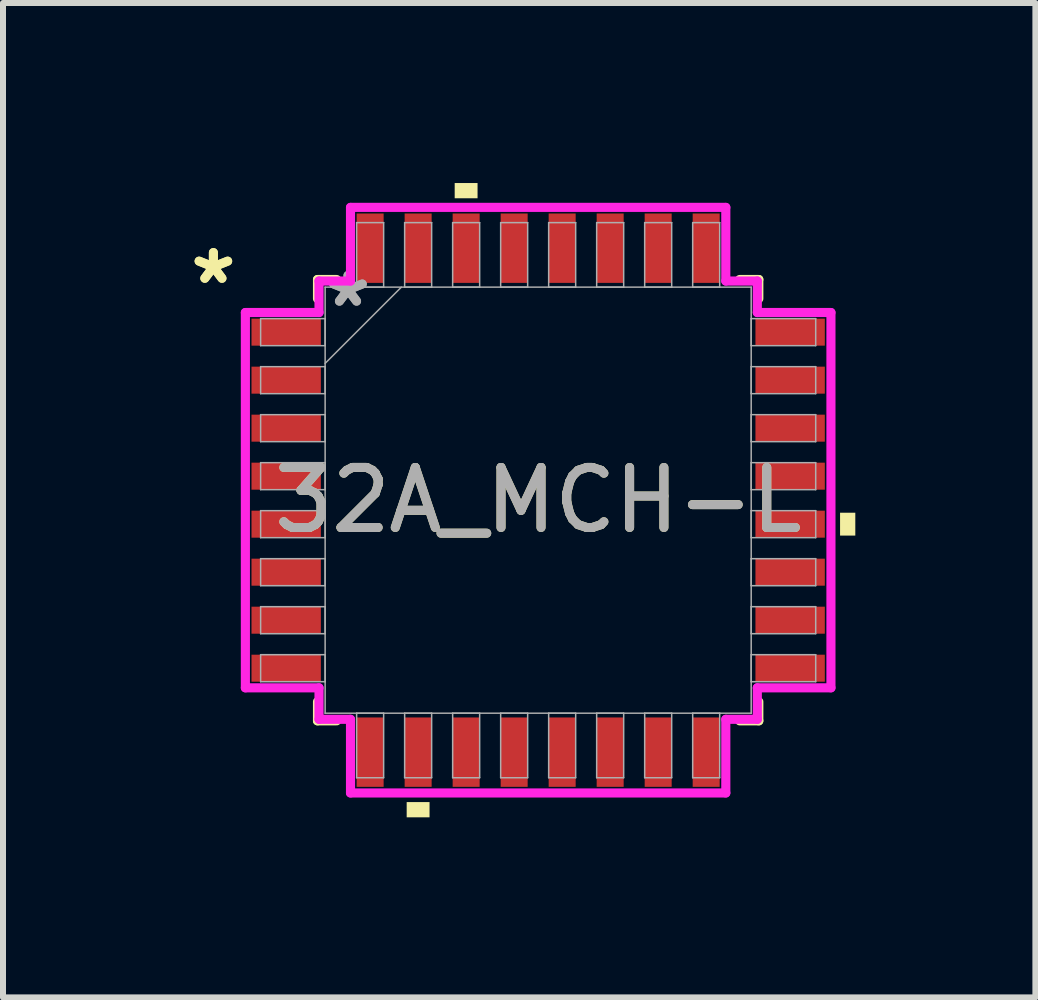
<source format=kicad_pcb>
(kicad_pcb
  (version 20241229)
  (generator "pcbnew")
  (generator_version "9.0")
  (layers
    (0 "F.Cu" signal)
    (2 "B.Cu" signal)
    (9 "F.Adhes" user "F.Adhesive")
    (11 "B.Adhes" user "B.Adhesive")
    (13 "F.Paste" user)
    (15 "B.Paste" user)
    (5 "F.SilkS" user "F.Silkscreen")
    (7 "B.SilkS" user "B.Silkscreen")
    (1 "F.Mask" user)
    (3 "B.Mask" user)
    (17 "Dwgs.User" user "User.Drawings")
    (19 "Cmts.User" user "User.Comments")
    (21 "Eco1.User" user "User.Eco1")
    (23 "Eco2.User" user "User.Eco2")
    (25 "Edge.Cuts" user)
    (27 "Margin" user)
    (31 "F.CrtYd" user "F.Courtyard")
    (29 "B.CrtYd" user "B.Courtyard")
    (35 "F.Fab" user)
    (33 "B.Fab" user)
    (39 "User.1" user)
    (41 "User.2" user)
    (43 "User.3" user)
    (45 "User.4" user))
  (footprint "32A_MCH-L"
    (layer "F.Cu")
    (at 5.918 5.285)
    (property "Reference" "32A_MCH-L" (at 0 0 0) (unlocked yes) (layer "F.SilkS") (effects (font (size 1 1) (thickness 0.15))))
    (attr smd)
    (fp_line (start -3.677 -3.677) (end -3.677 -3.358) (stroke (width 0.152) (type solid)) (layer "F.SilkS"))
    (fp_line (start -3.677 3.358) (end -3.677 3.677) (stroke (width 0.152) (type solid)) (layer "F.SilkS"))
    (fp_line (start -3.677 3.677) (end -3.358 3.677) (stroke (width 0.152) (type solid)) (layer "F.SilkS"))
    (fp_line (start -3.358 -3.677) (end -3.677 -3.677) (stroke (width 0.152) (type solid)) (layer "F.SilkS"))
    (fp_line (start 3.358 3.677) (end 3.677 3.677) (stroke (width 0.152) (type solid)) (layer "F.SilkS"))
    (fp_line (start 3.677 -3.677) (end 3.358 -3.677) (stroke (width 0.152) (type solid)) (layer "F.SilkS"))
    (fp_line (start 3.677 -3.358) (end 3.677 -3.677) (stroke (width 0.152) (type solid)) (layer "F.SilkS"))
    (fp_line (start 3.677 3.677) (end 3.677 3.358) (stroke (width 0.152) (type solid)) (layer "F.SilkS"))
    (fp_poly (pts (xy -2.191 5.031) (xy -2.191 5.285) (xy -1.81 5.285) (xy -1.81 5.031)) (stroke (width 0) (type solid)) (fill yes) (layer "F.SilkS"))
    (fp_poly (pts (xy -1.391 -5.031) (xy -1.391 -5.285) (xy -1.01 -5.285) (xy -1.01 -5.031)) (stroke (width 0) (type solid)) (fill yes) (layer "F.SilkS"))
    (fp_poly (pts (xy 5.285 0.209) (xy 5.285 0.59) (xy 5.031 0.59) (xy 5.031 0.209)) (stroke (width 0) (type solid)) (fill yes) (layer "F.SilkS"))
    (fp_line (start -4.879 -3.127) (end -3.652 -3.127) (stroke (width 0.152) (type solid)) (layer "F.CrtYd"))
    (fp_line (start -4.879 3.127) (end -4.879 -3.127) (stroke (width 0.152) (type solid)) (layer "F.CrtYd"))
    (fp_line (start -3.652 -3.652) (end -3.127 -3.652) (stroke (width 0.152) (type solid)) (layer "F.CrtYd"))
    (fp_line (start -3.652 -3.127) (end -3.652 -3.652) (stroke (width 0.152) (type solid)) (layer "F.CrtYd"))
    (fp_line (start -3.652 3.127) (end -4.879 3.127) (stroke (width 0.152) (type solid)) (layer "F.CrtYd"))
    (fp_line (start -3.652 3.652) (end -3.652 3.127) (stroke (width 0.152) (type solid)) (layer "F.CrtYd"))
    (fp_line (start -3.652 3.652) (end -3.127 3.652) (stroke (width 0.152) (type solid)) (layer "F.CrtYd"))
    (fp_line (start -3.127 -4.879) (end 3.127 -4.879) (stroke (width 0.152) (type solid)) (layer "F.CrtYd"))
    (fp_line (start -3.127 -3.652) (end -3.127 -4.879) (stroke (width 0.152) (type solid)) (layer "F.CrtYd"))
    (fp_line (start -3.127 3.652) (end -3.127 4.879) (stroke (width 0.152) (type solid)) (layer "F.CrtYd"))
    (fp_line (start -3.127 4.879) (end 3.127 4.879) (stroke (width 0.152) (type solid)) (layer "F.CrtYd"))
    (fp_line (start 3.127 -4.879) (end 3.127 -3.652) (stroke (width 0.152) (type solid)) (layer "F.CrtYd"))
    (fp_line (start 3.127 -3.652) (end 3.652 -3.652) (stroke (width 0.152) (type solid)) (layer "F.CrtYd"))
    (fp_line (start 3.127 3.652) (end 3.652 3.652) (stroke (width 0.152) (type solid)) (layer "F.CrtYd"))
    (fp_line (start 3.127 4.879) (end 3.127 3.652) (stroke (width 0.152) (type solid)) (layer "F.CrtYd"))
    (fp_line (start 3.652 -3.127) (end 3.652 -3.652) (stroke (width 0.152) (type solid)) (layer "F.CrtYd"))
    (fp_line (start 3.652 3.127) (end 4.879 3.127) (stroke (width 0.152) (type solid)) (layer "F.CrtYd"))
    (fp_line (start 3.652 3.652) (end 3.652 3.127) (stroke (width 0.152) (type solid)) (layer "F.CrtYd"))
    (fp_line (start 4.879 -3.127) (end 3.652 -3.127) (stroke (width 0.152) (type solid)) (layer "F.CrtYd"))
    (fp_line (start 4.879 3.127) (end 4.879 -3.127) (stroke (width 0.152) (type solid)) (layer "F.CrtYd"))
    (fp_line (start -4.625 -3.025) (end -4.625 -2.575) (stroke (width 0.025) (type solid)) (layer "F.Fab"))
    (fp_line (start -4.625 -2.575) (end -3.55 -2.575) (stroke (width 0.025) (type solid)) (layer "F.Fab"))
    (fp_line (start -4.625 -2.225) (end -4.625 -1.775) (stroke (width 0.025) (type solid)) (layer "F.Fab"))
    (fp_line (start -4.625 -1.775) (end -3.55 -1.775) (stroke (width 0.025) (type solid)) (layer "F.Fab"))
    (fp_line (start -4.625 -1.425) (end -4.625 -0.975) (stroke (width 0.025) (type solid)) (layer "F.Fab"))
    (fp_line (start -4.625 -0.975) (end -3.55 -0.975) (stroke (width 0.025) (type solid)) (layer "F.Fab"))
    (fp_line (start -4.625 -0.625) (end -4.625 -0.175) (stroke (width 0.025) (type solid)) (layer "F.Fab"))
    (fp_line (start -4.625 -0.175) (end -3.55 -0.175) (stroke (width 0.025) (type solid)) (layer "F.Fab"))
    (fp_line (start -4.625 0.175) (end -4.625 0.625) (stroke (width 0.025) (type solid)) (layer "F.Fab"))
    (fp_line (start -4.625 0.625) (end -3.55 0.625) (stroke (width 0.025) (type solid)) (layer "F.Fab"))
    (fp_line (start -4.625 0.975) (end -4.625 1.425) (stroke (width 0.025) (type solid)) (layer "F.Fab"))
    (fp_line (start -4.625 1.425) (end -3.55 1.425) (stroke (width 0.025) (type solid)) (layer "F.Fab"))
    (fp_line (start -4.625 1.775) (end -4.625 2.225) (stroke (width 0.025) (type solid)) (layer "F.Fab"))
    (fp_line (start -4.625 2.225) (end -3.55 2.225) (stroke (width 0.025) (type solid)) (layer "F.Fab"))
    (fp_line (start -4.625 2.575) (end -4.625 3.025) (stroke (width 0.025) (type solid)) (layer "F.Fab"))
    (fp_line (start -4.625 3.025) (end -3.55 3.025) (stroke (width 0.025) (type solid)) (layer "F.Fab"))
    (fp_line (start -3.55 -3.55) (end -3.55 3.55) (stroke (width 0.025) (type solid)) (layer "F.Fab"))
    (fp_line (start -3.55 -3.025) (end -4.625 -3.025) (stroke (width 0.025) (type solid)) (layer "F.Fab"))
    (fp_line (start -3.55 -2.575) (end -3.55 -3.025) (stroke (width 0.025) (type solid)) (layer "F.Fab"))
    (fp_line (start -3.55 -2.28) (end -2.28 -3.55) (stroke (width 0.025) (type solid)) (layer "F.Fab"))
    (fp_line (start -3.55 -2.225) (end -4.625 -2.225) (stroke (width 0.025) (type solid)) (layer "F.Fab"))
    (fp_line (start -3.55 -1.775) (end -3.55 -2.225) (stroke (width 0.025) (type solid)) (layer "F.Fab"))
    (fp_line (start -3.55 -1.425) (end -4.625 -1.425) (stroke (width 0.025) (type solid)) (layer "F.Fab"))
    (fp_line (start -3.55 -0.975) (end -3.55 -1.425) (stroke (width 0.025) (type solid)) (layer "F.Fab"))
    (fp_line (start -3.55 -0.625) (end -4.625 -0.625) (stroke (width 0.025) (type solid)) (layer "F.Fab"))
    (fp_line (start -3.55 -0.175) (end -3.55 -0.625) (stroke (width 0.025) (type solid)) (layer "F.Fab"))
    (fp_line (start -3.55 0.175) (end -4.625 0.175) (stroke (width 0.025) (type solid)) (layer "F.Fab"))
    (fp_line (start -3.55 0.625) (end -3.55 0.175) (stroke (width 0.025) (type solid)) (layer "F.Fab"))
    (fp_line (start -3.55 0.975) (end -4.625 0.975) (stroke (width 0.025) (type solid)) (layer "F.Fab"))
    (fp_line (start -3.55 1.425) (end -3.55 0.975) (stroke (width 0.025) (type solid)) (layer "F.Fab"))
    (fp_line (start -3.55 1.775) (end -4.625 1.775) (stroke (width 0.025) (type solid)) (layer "F.Fab"))
    (fp_line (start -3.55 2.225) (end -3.55 1.775) (stroke (width 0.025) (type solid)) (layer "F.Fab"))
    (fp_line (start -3.55 2.575) (end -4.625 2.575) (stroke (width 0.025) (type solid)) (layer "F.Fab"))
    (fp_line (start -3.55 3.025) (end -3.55 2.575) (stroke (width 0.025) (type solid)) (layer "F.Fab"))
    (fp_line (start -3.55 3.55) (end 3.55 3.55) (stroke (width 0.025) (type solid)) (layer "F.Fab"))
    (fp_line (start -3.025 -4.625) (end -3.025 -3.55) (stroke (width 0.025) (type solid)) (layer "F.Fab"))
    (fp_line (start -3.025 -3.55) (end -2.575 -3.55) (stroke (width 0.025) (type solid)) (layer "F.Fab"))
    (fp_line (start -3.025 3.55) (end -3.025 4.625) (stroke (width 0.025) (type solid)) (layer "F.Fab"))
    (fp_line (start -3.025 4.625) (end -2.575 4.625) (stroke (width 0.025) (type solid)) (layer "F.Fab"))
    (fp_line (start -2.575 3.55) (end -3.025 3.55) (stroke (width 0.025) (type solid)) (layer "F.Fab"))
    (fp_line (start -2.575 4.625) (end -2.575 3.55) (stroke (width 0.025) (type solid)) (layer "F.Fab"))
    (fp_line (start -2.575 -4.625) (end -3.025 -4.625) (stroke (width 0.025) (type solid)) (layer "F.Fab"))
    (fp_line (start -2.575 -3.55) (end -2.575 -4.625) (stroke (width 0.025) (type solid)) (layer "F.Fab"))
    (fp_line (start -2.225 -4.625) (end -2.225 -3.55) (stroke (width 0.025) (type solid)) (layer "F.Fab"))
    (fp_line (start -2.225 -3.55) (end -1.775 -3.55) (stroke (width 0.025) (type solid)) (layer "F.Fab"))
    (fp_line (start -2.225 3.55) (end -2.225 4.625) (stroke (width 0.025) (type solid)) (layer "F.Fab"))
    (fp_line (start -2.225 4.625) (end -1.775 4.625) (stroke (width 0.025) (type solid)) (layer "F.Fab"))
    (fp_line (start -1.775 -4.625) (end -2.225 -4.625) (stroke (width 0.025) (type solid)) (layer "F.Fab"))
    (fp_line (start -1.775 -3.55) (end -1.775 -4.625) (stroke (width 0.025) (type solid)) (layer "F.Fab"))
    (fp_line (start -1.775 3.55) (end -2.225 3.55) (stroke (width 0.025) (type solid)) (layer "F.Fab"))
    (fp_line (start -1.775 4.625) (end -1.775 3.55) (stroke (width 0.025) (type solid)) (layer "F.Fab"))
    (fp_line (start -1.425 -4.625) (end -1.425 -3.55) (stroke (width 0.025) (type solid)) (layer "F.Fab"))
    (fp_line (start -1.425 -3.55) (end -0.975 -3.55) (stroke (width 0.025) (type solid)) (layer "F.Fab"))
    (fp_line (start -1.425 3.55) (end -1.425 4.625) (stroke (width 0.025) (type solid)) (layer "F.Fab"))
    (fp_line (start -1.425 4.625) (end -0.975 4.625) (stroke (width 0.025) (type solid)) (layer "F.Fab"))
    (fp_line (start -0.975 -4.625) (end -1.425 -4.625) (stroke (width 0.025) (type solid)) (layer "F.Fab"))
    (fp_line (start -0.975 -3.55) (end -0.975 -4.625) (stroke (width 0.025) (type solid)) (layer "F.Fab"))
    (fp_line (start -0.975 3.55) (end -1.425 3.55) (stroke (width 0.025) (type solid)) (layer "F.Fab"))
    (fp_line (start -0.975 4.625) (end -0.975 3.55) (stroke (width 0.025) (type solid)) (layer "F.Fab"))
    (fp_line (start -0.625 -4.625) (end -0.625 -3.55) (stroke (width 0.025) (type solid)) (layer "F.Fab"))
    (fp_line (start -0.625 -3.55) (end -0.175 -3.55) (stroke (width 0.025) (type solid)) (layer "F.Fab"))
    (fp_line (start -0.625 3.55) (end -0.625 4.625) (stroke (width 0.025) (type solid)) (layer "F.Fab"))
    (fp_line (start -0.625 4.625) (end -0.175 4.625) (stroke (width 0.025) (type solid)) (layer "F.Fab"))
    (fp_line (start -0.175 -4.625) (end -0.625 -4.625) (stroke (width 0.025) (type solid)) (layer "F.Fab"))
    (fp_line (start -0.175 -3.55) (end -0.175 -4.625) (stroke (width 0.025) (type solid)) (layer "F.Fab"))
    (fp_line (start -0.175 3.55) (end -0.625 3.55) (stroke (width 0.025) (type solid)) (layer "F.Fab"))
    (fp_line (start -0.175 4.625) (end -0.175 3.55) (stroke (width 0.025) (type solid)) (layer "F.Fab"))
    (fp_line (start 0.175 -4.625) (end 0.175 -3.55) (stroke (width 0.025) (type solid)) (layer "F.Fab"))
    (fp_line (start 0.175 -3.55) (end 0.625 -3.55) (stroke (width 0.025) (type solid)) (layer "F.Fab"))
    (fp_line (start 0.175 3.55) (end 0.175 4.625) (stroke (width 0.025) (type solid)) (layer "F.Fab"))
    (fp_line (start 0.175 4.625) (end 0.625 4.625) (stroke (width 0.025) (type solid)) (layer "F.Fab"))
    (fp_line (start 0.625 -4.625) (end 0.175 -4.625) (stroke (width 0.025) (type solid)) (layer "F.Fab"))
    (fp_line (start 0.625 -3.55) (end 0.625 -4.625) (stroke (width 0.025) (type solid)) (layer "F.Fab"))
    (fp_line (start 0.625 3.55) (end 0.175 3.55) (stroke (width 0.025) (type solid)) (layer "F.Fab"))
    (fp_line (start 0.625 4.625) (end 0.625 3.55) (stroke (width 0.025) (type solid)) (layer "F.Fab"))
    (fp_line (start 0.975 -4.625) (end 0.975 -3.55) (stroke (width 0.025) (type solid)) (layer "F.Fab"))
    (fp_line (start 0.975 -3.55) (end 1.425 -3.55) (stroke (width 0.025) (type solid)) (layer "F.Fab"))
    (fp_line (start 0.975 3.55) (end 0.975 4.625) (stroke (width 0.025) (type solid)) (layer "F.Fab"))
    (fp_line (start 0.975 4.625) (end 1.425 4.625) (stroke (width 0.025) (type solid)) (layer "F.Fab"))
    (fp_line (start 1.425 -4.625) (end 0.975 -4.625) (stroke (width 0.025) (type solid)) (layer "F.Fab"))
    (fp_line (start 1.425 -3.55) (end 1.425 -4.625) (stroke (width 0.025) (type solid)) (layer "F.Fab"))
    (fp_line (start 1.425 3.55) (end 0.975 3.55) (stroke (width 0.025) (type solid)) (layer "F.Fab"))
    (fp_line (start 1.425 4.625) (end 1.425 3.55) (stroke (width 0.025) (type solid)) (layer "F.Fab"))
    (fp_line (start 1.775 -4.625) (end 1.775 -3.55) (stroke (width 0.025) (type solid)) (layer "F.Fab"))
    (fp_line (start 1.775 -3.55) (end 2.225 -3.55) (stroke (width 0.025) (type solid)) (layer "F.Fab"))
    (fp_line (start 1.775 3.55) (end 1.775 4.625) (stroke (width 0.025) (type solid)) (layer "F.Fab"))
    (fp_line (start 1.775 4.625) (end 2.225 4.625) (stroke (width 0.025) (type solid)) (layer "F.Fab"))
    (fp_line (start 2.225 -4.625) (end 1.775 -4.625) (stroke (width 0.025) (type solid)) (layer "F.Fab"))
    (fp_line (start 2.225 -3.55) (end 2.225 -4.625) (stroke (width 0.025) (type solid)) (layer "F.Fab"))
    (fp_line (start 2.225 3.55) (end 1.775 3.55) (stroke (width 0.025) (type solid)) (layer "F.Fab"))
    (fp_line (start 2.225 4.625) (end 2.225 3.55) (stroke (width 0.025) (type solid)) (layer "F.Fab"))
    (fp_line (start 2.575 3.55) (end 2.575 4.625) (stroke (width 0.025) (type solid)) (layer "F.Fab"))
    (fp_line (start 2.575 4.625) (end 3.025 4.625) (stroke (width 0.025) (type solid)) (layer "F.Fab"))
    (fp_line (start 2.575 -4.625) (end 2.575 -3.55) (stroke (width 0.025) (type solid)) (layer "F.Fab"))
    (fp_line (start 2.575 -3.55) (end 3.025 -3.55) (stroke (width 0.025) (type solid)) (layer "F.Fab"))
    (fp_line (start 3.025 -4.625) (end 2.575 -4.625) (stroke (width 0.025) (type solid)) (layer "F.Fab"))
    (fp_line (start 3.025 -3.55) (end 3.025 -4.625) (stroke (width 0.025) (type solid)) (layer "F.Fab"))
    (fp_line (start 3.025 3.55) (end 2.575 3.55) (stroke (width 0.025) (type solid)) (layer "F.Fab"))
    (fp_line (start 3.025 4.625) (end 3.025 3.55) (stroke (width 0.025) (type solid)) (layer "F.Fab"))
    (fp_line (start 3.55 -3.55) (end -3.55 -3.55) (stroke (width 0.025) (type solid)) (layer "F.Fab"))
    (fp_line (start 3.55 -3.025) (end 3.55 -2.575) (stroke (width 0.025) (type solid)) (layer "F.Fab"))
    (fp_line (start 3.55 -2.575) (end 4.625 -2.575) (stroke (width 0.025) (type solid)) (layer "F.Fab"))
    (fp_line (start 3.55 -2.225) (end 3.55 -1.775) (stroke (width 0.025) (type solid)) (layer "F.Fab"))
    (fp_line (start 3.55 -1.775) (end 4.625 -1.775) (stroke (width 0.025) (type solid)) (layer "F.Fab"))
    (fp_line (start 3.55 -1.425) (end 3.55 -0.975) (stroke (width 0.025) (type solid)) (layer "F.Fab"))
    (fp_line (start 3.55 -0.975) (end 4.625 -0.975) (stroke (width 0.025) (type solid)) (layer "F.Fab"))
    (fp_line (start 3.55 -0.625) (end 3.55 -0.175) (stroke (width 0.025) (type solid)) (layer "F.Fab"))
    (fp_line (start 3.55 -0.175) (end 4.625 -0.175) (stroke (width 0.025) (type solid)) (layer "F.Fab"))
    (fp_line (start 3.55 0.175) (end 3.55 0.625) (stroke (width 0.025) (type solid)) (layer "F.Fab"))
    (fp_line (start 3.55 0.625) (end 4.625 0.625) (stroke (width 0.025) (type solid)) (layer "F.Fab"))
    (fp_line (start 3.55 0.975) (end 3.55 1.425) (stroke (width 0.025) (type solid)) (layer "F.Fab"))
    (fp_line (start 3.55 1.425) (end 4.625 1.425) (stroke (width 0.025) (type solid)) (layer "F.Fab"))
    (fp_line (start 3.55 1.775) (end 3.55 2.225) (stroke (width 0.025) (type solid)) (layer "F.Fab"))
    (fp_line (start 3.55 2.225) (end 4.625 2.225) (stroke (width 0.025) (type solid)) (layer "F.Fab"))
    (fp_line (start 3.55 2.575) (end 3.55 3.025) (stroke (width 0.025) (type solid)) (layer "F.Fab"))
    (fp_line (start 3.55 3.025) (end 4.625 3.025) (stroke (width 0.025) (type solid)) (layer "F.Fab"))
    (fp_line (start 3.55 3.55) (end 3.55 -3.55) (stroke (width 0.025) (type solid)) (layer "F.Fab"))
    (fp_line (start 4.625 -3.025) (end 3.55 -3.025) (stroke (width 0.025) (type solid)) (layer "F.Fab"))
    (fp_line (start 4.625 -2.575) (end 4.625 -3.025) (stroke (width 0.025) (type solid)) (layer "F.Fab"))
    (fp_line (start 4.625 -2.225) (end 3.55 -2.225) (stroke (width 0.025) (type solid)) (layer "F.Fab"))
    (fp_line (start 4.625 -1.775) (end 4.625 -2.225) (stroke (width 0.025) (type solid)) (layer "F.Fab"))
    (fp_line (start 4.625 -1.425) (end 3.55 -1.425) (stroke (width 0.025) (type solid)) (layer "F.Fab"))
    (fp_line (start 4.625 -0.975) (end 4.625 -1.425) (stroke (width 0.025) (type solid)) (layer "F.Fab"))
    (fp_line (start 4.625 -0.625) (end 3.55 -0.625) (stroke (width 0.025) (type solid)) (layer "F.Fab"))
    (fp_line (start 4.625 -0.175) (end 4.625 -0.625) (stroke (width 0.025) (type solid)) (layer "F.Fab"))
    (fp_line (start 4.625 0.175) (end 3.55 0.175) (stroke (width 0.025) (type solid)) (layer "F.Fab"))
    (fp_line (start 4.625 0.625) (end 4.625 0.175) (stroke (width 0.025) (type solid)) (layer "F.Fab"))
    (fp_line (start 4.625 0.975) (end 3.55 0.975) (stroke (width 0.025) (type solid)) (layer "F.Fab"))
    (fp_line (start 4.625 1.425) (end 4.625 0.975) (stroke (width 0.025) (type solid)) (layer "F.Fab"))
    (fp_line (start 4.625 1.775) (end 3.55 1.775) (stroke (width 0.025) (type solid)) (layer "F.Fab"))
    (fp_line (start 4.625 2.225) (end 4.625 1.775) (stroke (width 0.025) (type solid)) (layer "F.Fab"))
    (fp_line (start 4.625 2.575) (end 3.55 2.575) (stroke (width 0.025) (type solid)) (layer "F.Fab"))
    (fp_line (start 4.625 3.025) (end 4.625 2.575) (stroke (width 0.025) (type solid)) (layer "F.Fab"))
    (fp_text user "*" (at -5.412 -3.581 0) (layer "F.SilkS") (effects (font (size 1 1) (thickness 0.15))))
    (fp_text user "*" (at -5.412 -3.581 0) (unlocked yes) (layer "F.SilkS") (effects (font (size 1 1) (thickness 0.15))))
    (fp_text user "*" (at -3.169 -3.2 0) (unlocked yes) (layer "F.Fab") (effects (font (size 1 1) (thickness 0.15))))
    (fp_text user "${REFERENCE}" (at 0 0 0) (unlocked yes) (layer "F.Fab") (effects (font (size 1 1) (thickness 0.15))))
    (fp_text user "*" (at -3.169 -3.2 0) (layer "F.Fab") (effects (font (size 1 1) (thickness 0.15))))
    (pad "1" smd rect (at -4.199 -2.8 90) (size 0.45 1.156) (layers "F.Cu" "F.Mask" "F.Paste"))
    (pad "2" smd rect (at -4.199 -2 90) (size 0.45 1.156) (layers "F.Cu" "F.Mask" "F.Paste"))
    (pad "3" smd rect (at -4.199 -1.2 90) (size 0.45 1.156) (layers "F.Cu" "F.Mask" "F.Paste"))
    (pad "4" smd rect (at -4.199 -0.4 90) (size 0.45 1.156) (layers "F.Cu" "F.Mask" "F.Paste"))
    (pad "5" smd rect (at -4.199 0.4 90) (size 0.45 1.156) (layers "F.Cu" "F.Mask" "F.Paste"))
    (pad "6" smd rect (at -4.199 1.2 90) (size 0.45 1.156) (layers "F.Cu" "F.Mask" "F.Paste"))
    (pad "7" smd rect (at -4.199 2 90) (size 0.45 1.156) (layers "F.Cu" "F.Mask" "F.Paste"))
    (pad "8" smd rect (at -4.199 2.8 90) (size 0.45 1.156) (layers "F.Cu" "F.Mask" "F.Paste"))
    (pad "9" smd rect (at -2.8 4.199) (size 0.45 1.156) (layers "F.Cu" "F.Mask" "F.Paste"))
    (pad "10" smd rect (at -2 4.199) (size 0.45 1.156) (layers "F.Cu" "F.Mask" "F.Paste"))
    (pad "11" smd rect (at -1.2 4.199) (size 0.45 1.156) (layers "F.Cu" "F.Mask" "F.Paste"))
    (pad "12" smd rect (at -0.4 4.199) (size 0.45 1.156) (layers "F.Cu" "F.Mask" "F.Paste"))
    (pad "13" smd rect (at 0.4 4.199) (size 0.45 1.156) (layers "F.Cu" "F.Mask" "F.Paste"))
    (pad "14" smd rect (at 1.2 4.199) (size 0.45 1.156) (layers "F.Cu" "F.Mask" "F.Paste"))
    (pad "15" smd rect (at 2 4.199) (size 0.45 1.156) (layers "F.Cu" "F.Mask" "F.Paste"))
    (pad "16" smd rect (at 2.8 4.199) (size 0.45 1.156) (layers "F.Cu" "F.Mask" "F.Paste"))
    (pad "17" smd rect (at 4.199 2.8 90) (size 0.45 1.156) (layers "F.Cu" "F.Mask" "F.Paste"))
    (pad "18" smd rect (at 4.199 2 90) (size 0.45 1.156) (layers "F.Cu" "F.Mask" "F.Paste"))
    (pad "19" smd rect (at 4.199 1.2 90) (size 0.45 1.156) (layers "F.Cu" "F.Mask" "F.Paste"))
    (pad "20" smd rect (at 4.199 0.4 90) (size 0.45 1.156) (layers "F.Cu" "F.Mask" "F.Paste"))
    (pad "21" smd rect (at 4.199 -0.4 90) (size 0.45 1.156) (layers "F.Cu" "F.Mask" "F.Paste"))
    (pad "22" smd rect (at 4.199 -1.2 90) (size 0.45 1.156) (layers "F.Cu" "F.Mask" "F.Paste"))
    (pad "23" smd rect (at 4.199 -2 90) (size 0.45 1.156) (layers "F.Cu" "F.Mask" "F.Paste"))
    (pad "24" smd rect (at 4.199 -2.8 90) (size 0.45 1.156) (layers "F.Cu" "F.Mask" "F.Paste"))
    (pad "25" smd rect (at 2.8 -4.199) (size 0.45 1.156) (layers "F.Cu" "F.Mask" "F.Paste"))
    (pad "26" smd rect (at 2 -4.199) (size 0.45 1.156) (layers "F.Cu" "F.Mask" "F.Paste"))
    (pad "27" smd rect (at 1.2 -4.199) (size 0.45 1.156) (layers "F.Cu" "F.Mask" "F.Paste"))
    (pad "28" smd rect (at 0.4 -4.199) (size 0.45 1.156) (layers "F.Cu" "F.Mask" "F.Paste"))
    (pad "29" smd rect (at -0.4 -4.199) (size 0.45 1.156) (layers "F.Cu" "F.Mask" "F.Paste"))
    (pad "30" smd rect (at -1.2 -4.199) (size 0.45 1.156) (layers "F.Cu" "F.Mask" "F.Paste"))
    (pad "31" smd rect (at -2 -4.199) (size 0.45 1.156) (layers "F.Cu" "F.Mask" "F.Paste"))
    (pad "32" smd rect (at -2.8 -4.199) (size 0.45 1.156) (layers "F.Cu" "F.Mask" "F.Paste")))
  (gr_rect
    (start -3 -3)
    (end 14.204 13.571)
    (stroke (width 0.1) (type default))
    (fill no)
    (layer "Edge.Cuts")))
</source>
